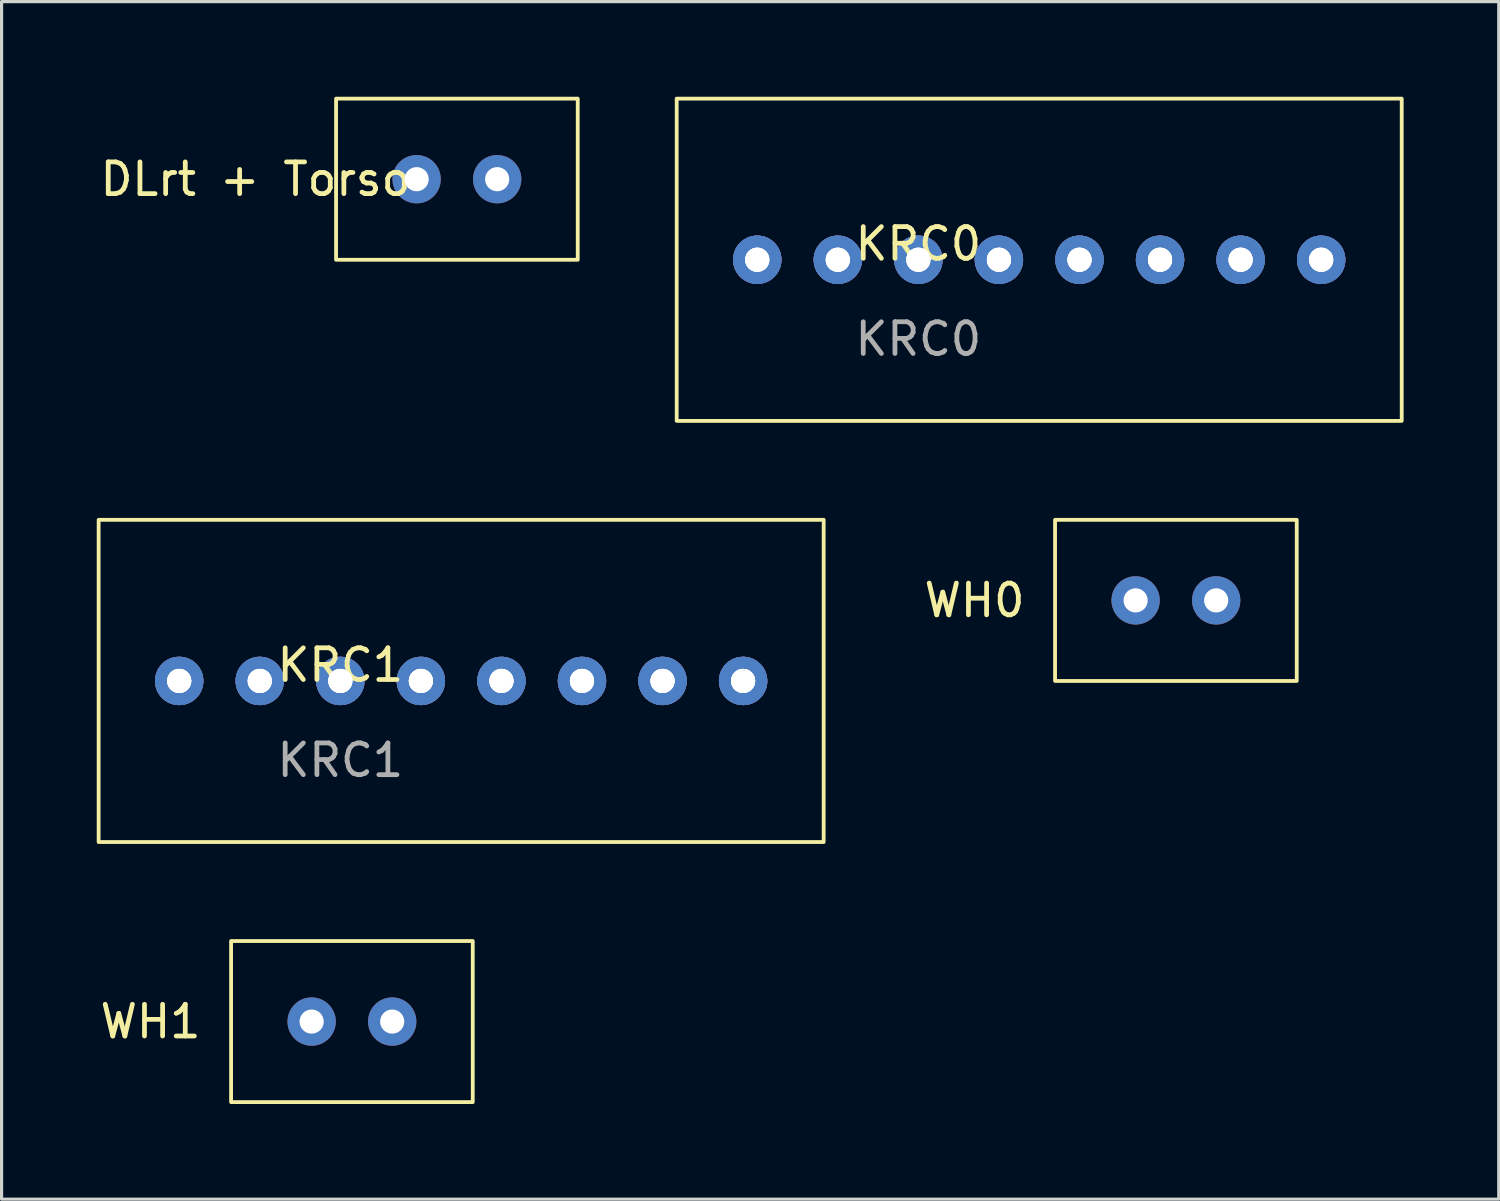
<source format=kicad_pcb>
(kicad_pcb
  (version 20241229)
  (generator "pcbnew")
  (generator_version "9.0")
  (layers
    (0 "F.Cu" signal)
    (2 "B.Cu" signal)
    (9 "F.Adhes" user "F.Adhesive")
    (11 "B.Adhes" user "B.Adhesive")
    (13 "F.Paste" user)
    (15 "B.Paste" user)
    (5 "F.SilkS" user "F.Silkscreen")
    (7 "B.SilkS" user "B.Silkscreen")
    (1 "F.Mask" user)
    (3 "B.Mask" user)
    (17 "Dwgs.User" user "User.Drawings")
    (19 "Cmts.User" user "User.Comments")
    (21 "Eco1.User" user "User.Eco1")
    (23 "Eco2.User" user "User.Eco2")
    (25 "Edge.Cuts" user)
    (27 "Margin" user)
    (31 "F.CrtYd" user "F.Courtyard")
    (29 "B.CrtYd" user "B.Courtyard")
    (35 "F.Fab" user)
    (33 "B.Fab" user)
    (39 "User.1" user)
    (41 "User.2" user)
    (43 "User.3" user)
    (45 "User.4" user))
  (footprint "KRC0"
    (layer "F.Cu")
    (at 25.906 5.14)
    (property "Reference" "KRC0" (at 0 -0.5 0) (unlocked yes) (layer "F.SilkS") (effects (font (size 1 1) (thickness 0.15))))
    (attr through_hole)
    (fp_rect (start -7.62 -5.08) (end 15.24 5.08) (stroke (width 0.12) (type solid)) (fill no) (layer "F.SilkS"))
    (fp_text user "${REFERENCE}" (at 0 2.5 0) (unlocked yes) (layer "F.Fab") (effects (font (size 1 1) (thickness 0.15))))
    (pad "1" thru_hole circle (at -5.08 0) (size 1.524 1.524) (drill 0.762) (layers "*.Cu" "*.Mask"))
    (pad "2" thru_hole circle (at -5.08 0) (size 1.524 1.524) (drill 0.762) (layers "*.Cu" "*.Mask"))
    (pad "3" thru_hole circle (at -5.08 0) (size 1.524 1.524) (drill 0.762) (layers "*.Cu" "*.Mask"))
    (pad "4" thru_hole circle (at -2.54 0) (size 1.524 1.524) (drill 0.762) (layers "*.Cu" "*.Mask"))
    (pad "5" thru_hole circle (at -2.54 0) (size 1.524 1.524) (drill 0.762) (layers "*.Cu" "*.Mask"))
    (pad "6" thru_hole circle (at -2.54 0) (size 1.524 1.524) (drill 0.762) (layers "*.Cu" "*.Mask"))
    (pad "7" thru_hole circle (at 0 0) (size 1.524 1.524) (drill 0.762) (layers "*.Cu" "*.Mask"))
    (pad "8" thru_hole circle (at 0 0) (size 1.524 1.524) (drill 0.762) (layers "*.Cu" "*.Mask"))
    (pad "9" thru_hole circle (at 0 0) (size 1.524 1.524) (drill 0.762) (layers "*.Cu" "*.Mask"))
    (pad "10" thru_hole circle (at 2.54 0) (size 1.524 1.524) (drill 0.762) (layers "*.Cu" "*.Mask"))
    (pad "11" thru_hole circle (at 2.54 0) (size 1.524 1.524) (drill 0.762) (layers "*.Cu" "*.Mask"))
    (pad "12" thru_hole circle (at 2.54 0) (size 1.524 1.524) (drill 0.762) (layers "*.Cu" "*.Mask"))
    (pad "13" thru_hole circle (at 5.08 0) (size 1.524 1.524) (drill 0.762) (layers "*.Cu" "*.Mask"))
    (pad "14" thru_hole circle (at 5.08 0) (size 1.524 1.524) (drill 0.762) (layers "*.Cu" "*.Mask"))
    (pad "15" thru_hole circle (at 5.08 0) (size 1.524 1.524) (drill 0.762) (layers "*.Cu" "*.Mask"))
    (pad "16" thru_hole circle (at 7.62 0) (size 1.524 1.524) (drill 0.762) (layers "*.Cu" "*.Mask"))
    (pad "17" thru_hole circle (at 7.62 0) (size 1.524 1.524) (drill 0.762) (layers "*.Cu" "*.Mask"))
    (pad "18" thru_hole circle (at 7.62 0) (size 1.524 1.524) (drill 0.762) (layers "*.Cu" "*.Mask"))
    (pad "19" thru_hole circle (at 10.16 0) (size 1.524 1.524) (drill 0.762) (layers "*.Cu" "*.Mask"))
    (pad "20" thru_hole circle (at 10.16 0) (size 1.524 1.524) (drill 0.762) (layers "*.Cu" "*.Mask"))
    (pad "21" thru_hole circle (at 10.16 0) (size 1.524 1.524) (drill 0.762) (layers "*.Cu" "*.Mask"))
    (pad "22" thru_hole circle (at 12.7 0) (size 1.524 1.524) (drill 0.762) (layers "*.Cu" "*.Mask"))
    (pad "23" thru_hole circle (at 12.7 0) (size 1.524 1.524) (drill 0.762) (layers "*.Cu" "*.Mask"))
    (pad "24" thru_hole circle (at 12.7 0) (size 1.524 1.524) (drill 0.762) (layers "*.Cu" "*.Mask")))
  (footprint "WH0"
    (layer "F.Cu")
    (at 35.296 15.88)
    (property "Reference" "WH0" (at -7.62 0 0) (unlocked yes) (layer "F.SilkS") (effects (font (size 1 1) (thickness 0.15))))
    (attr through_hole)
    (fp_rect (start -5.08 -2.54) (end 2.54 2.54) (stroke (width 0.12) (type solid)) (fill no) (layer "F.SilkS"))
    (pad "1" thru_hole circle (at -2.54 0) (size 1.524 1.524) (drill 0.762) (layers "*.Cu" "*.Mask"))
    (pad "2" thru_hole circle (at 0 0) (size 1.524 1.524) (drill 0.762) (layers "*.Cu" "*.Mask")))
  (footprint "WH1"
    (layer "F.Cu")
    (at 9.316 29.16)
    (property "Reference" "WH1" (at -7.62 0 0) (unlocked yes) (layer "F.SilkS") (effects (font (size 1 1) (thickness 0.15))))
    (attr through_hole)
    (fp_rect (start -5.08 -2.54) (end 2.54 2.54) (stroke (width 0.12) (type solid)) (fill no) (layer "F.SilkS"))
    (pad "1" thru_hole circle (at -2.54 0) (size 1.524 1.524) (drill 0.762) (layers "*.Cu" "*.Mask"))
    (pad "2" thru_hole circle (at 0 0) (size 1.524 1.524) (drill 0.762) (layers "*.Cu" "*.Mask")))
  (footprint "DLrt + Torso"
    (layer "F.Cu")
    (at 12.626 2.6)
    (property "Reference" "DLrt + Torso" (at -7.62 0 0) (unlocked yes) (layer "F.SilkS") (effects (font (size 1 1) (thickness 0.15))))
    (attr through_hole)
    (fp_rect (start -5.08 -2.54) (end 2.54 2.54) (stroke (width 0.12) (type solid)) (fill no) (layer "F.SilkS"))
    (pad "1" thru_hole circle (at -2.54 0) (size 1.524 1.524) (drill 0.762) (layers "*.Cu" "*.Mask"))
    (pad "2" thru_hole circle (at 0 0) (size 1.524 1.524) (drill 0.762) (layers "*.Cu" "*.Mask")))
  (footprint "KRC1"
    (layer "F.Cu")
    (at 7.68 18.42)
    (property "Reference" "KRC1" (at 0 -0.5 0) (unlocked yes) (layer "F.SilkS") (effects (font (size 1 1) (thickness 0.15))))
    (attr through_hole)
    (fp_rect (start -7.62 -5.08) (end 15.24 5.08) (stroke (width 0.12) (type solid)) (fill no) (layer "F.SilkS"))
    (fp_text user "${REFERENCE}" (at 0 2.5 0) (unlocked yes) (layer "F.Fab") (effects (font (size 1 1) (thickness 0.15))))
    (pad "1" thru_hole circle (at -5.08 0) (size 1.524 1.524) (drill 0.762) (layers "*.Cu" "*.Mask"))
    (pad "2" thru_hole circle (at -5.08 0) (size 1.524 1.524) (drill 0.762) (layers "*.Cu" "*.Mask"))
    (pad "3" thru_hole circle (at -5.08 0) (size 1.524 1.524) (drill 0.762) (layers "*.Cu" "*.Mask"))
    (pad "4" thru_hole circle (at -2.54 0) (size 1.524 1.524) (drill 0.762) (layers "*.Cu" "*.Mask"))
    (pad "5" thru_hole circle (at -2.54 0) (size 1.524 1.524) (drill 0.762) (layers "*.Cu" "*.Mask"))
    (pad "6" thru_hole circle (at -2.54 0) (size 1.524 1.524) (drill 0.762) (layers "*.Cu" "*.Mask"))
    (pad "7" thru_hole circle (at 0 0) (size 1.524 1.524) (drill 0.762) (layers "*.Cu" "*.Mask"))
    (pad "8" thru_hole circle (at 0 0) (size 1.524 1.524) (drill 0.762) (layers "*.Cu" "*.Mask"))
    (pad "9" thru_hole circle (at 0 0) (size 1.524 1.524) (drill 0.762) (layers "*.Cu" "*.Mask"))
    (pad "10" thru_hole circle (at 2.54 0) (size 1.524 1.524) (drill 0.762) (layers "*.Cu" "*.Mask"))
    (pad "11" thru_hole circle (at 2.54 0) (size 1.524 1.524) (drill 0.762) (layers "*.Cu" "*.Mask"))
    (pad "12" thru_hole circle (at 2.54 0) (size 1.524 1.524) (drill 0.762) (layers "*.Cu" "*.Mask"))
    (pad "13" thru_hole circle (at 5.08 0) (size 1.524 1.524) (drill 0.762) (layers "*.Cu" "*.Mask"))
    (pad "14" thru_hole circle (at 5.08 0) (size 1.524 1.524) (drill 0.762) (layers "*.Cu" "*.Mask"))
    (pad "15" thru_hole circle (at 5.08 0) (size 1.524 1.524) (drill 0.762) (layers "*.Cu" "*.Mask"))
    (pad "16" thru_hole circle (at 7.62 0) (size 1.524 1.524) (drill 0.762) (layers "*.Cu" "*.Mask"))
    (pad "17" thru_hole circle (at 7.62 0) (size 1.524 1.524) (drill 0.762) (layers "*.Cu" "*.Mask"))
    (pad "18" thru_hole circle (at 7.62 0) (size 1.524 1.524) (drill 0.762) (layers "*.Cu" "*.Mask"))
    (pad "19" thru_hole circle (at 10.16 0) (size 1.524 1.524) (drill 0.762) (layers "*.Cu" "*.Mask"))
    (pad "20" thru_hole circle (at 10.16 0) (size 1.524 1.524) (drill 0.762) (layers "*.Cu" "*.Mask"))
    (pad "21" thru_hole circle (at 10.16 0) (size 1.524 1.524) (drill 0.762) (layers "*.Cu" "*.Mask"))
    (pad "22" thru_hole circle (at 12.7 0) (size 1.524 1.524) (drill 0.762) (layers "*.Cu" "*.Mask"))
    (pad "23" thru_hole circle (at 12.7 0) (size 1.524 1.524) (drill 0.762) (layers "*.Cu" "*.Mask"))
    (pad "24" thru_hole circle (at 12.7 0) (size 1.524 1.524) (drill 0.762) (layers "*.Cu" "*.Mask")))
  (gr_rect
    (start -3 -3)
    (end 44.206 34.76)
    (stroke (width 0.1) (type default))
    (fill no)
    (layer "Edge.Cuts")))
</source>
